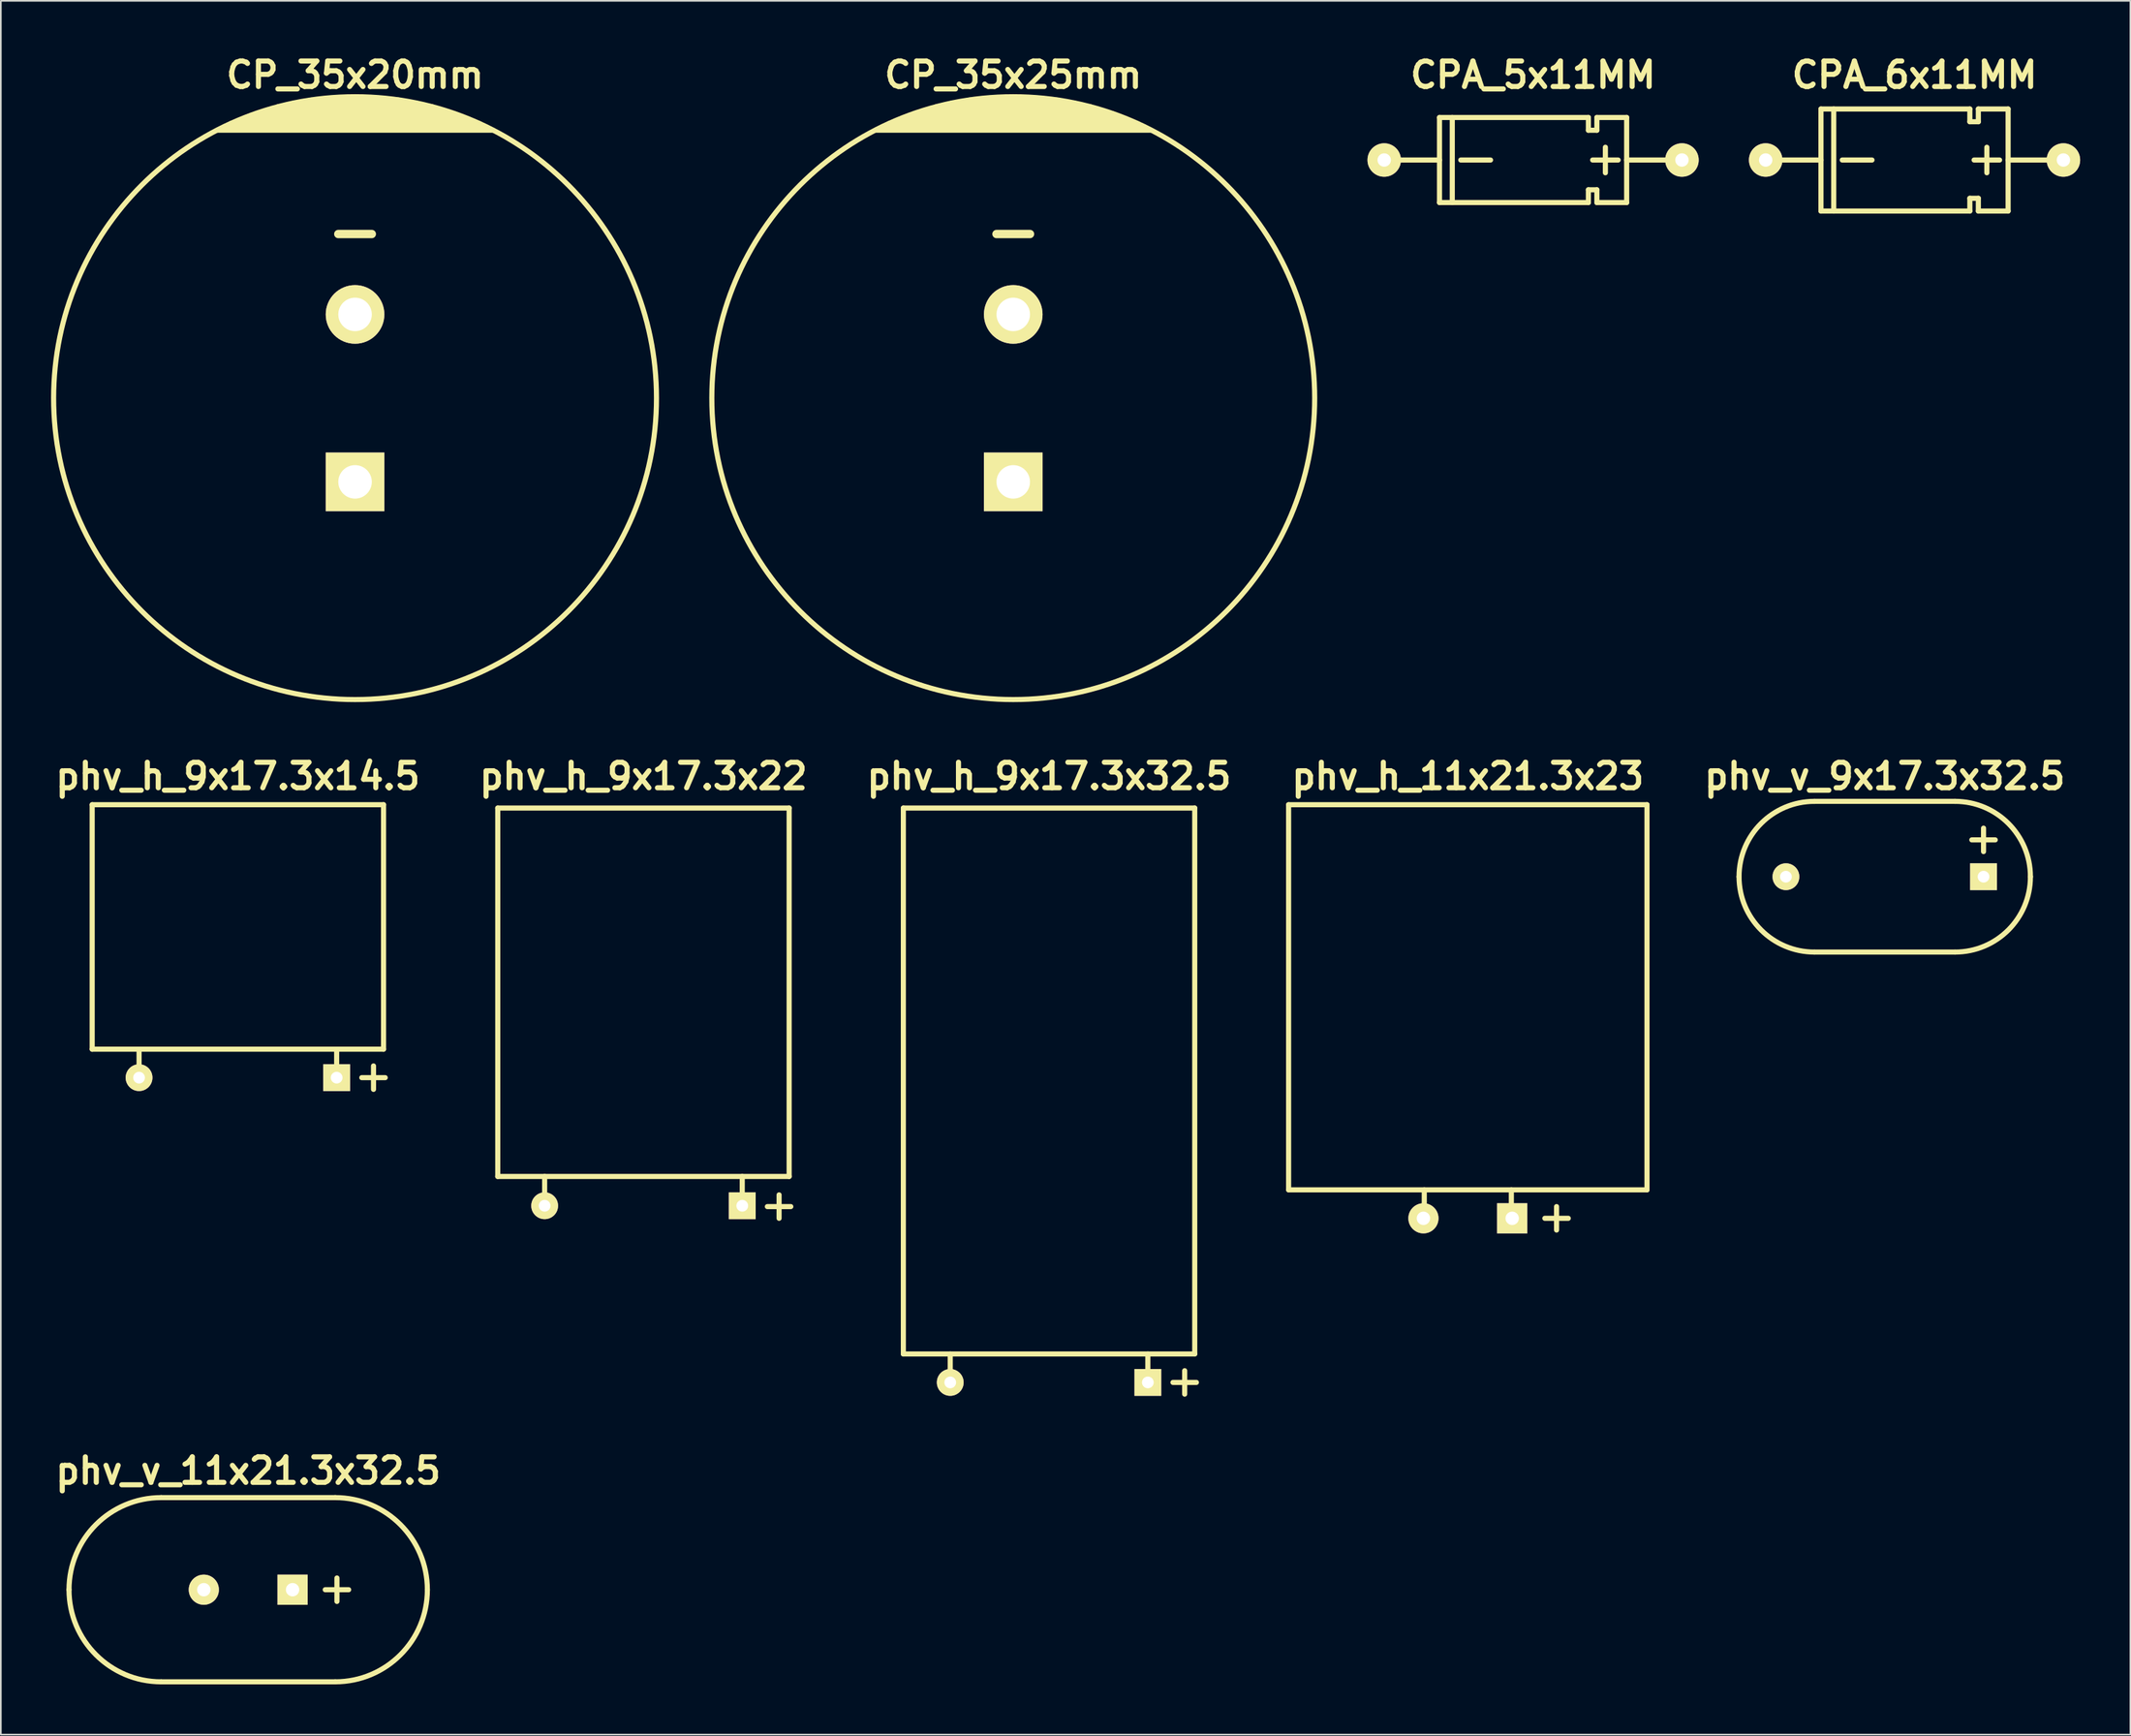
<source format=kicad_pcb>
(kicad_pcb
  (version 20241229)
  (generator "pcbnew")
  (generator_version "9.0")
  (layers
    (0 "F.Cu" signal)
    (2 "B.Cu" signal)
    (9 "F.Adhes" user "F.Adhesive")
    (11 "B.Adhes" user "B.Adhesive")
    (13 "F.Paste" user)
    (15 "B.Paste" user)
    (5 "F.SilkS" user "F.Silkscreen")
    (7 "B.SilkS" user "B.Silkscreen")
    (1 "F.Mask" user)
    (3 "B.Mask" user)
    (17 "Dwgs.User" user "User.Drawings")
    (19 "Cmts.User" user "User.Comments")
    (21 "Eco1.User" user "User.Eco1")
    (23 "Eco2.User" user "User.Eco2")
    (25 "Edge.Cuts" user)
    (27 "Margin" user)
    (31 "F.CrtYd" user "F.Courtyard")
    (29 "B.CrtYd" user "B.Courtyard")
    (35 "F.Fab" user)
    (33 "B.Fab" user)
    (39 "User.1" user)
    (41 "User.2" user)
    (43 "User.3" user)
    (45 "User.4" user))
  (footprint "phv_h_9x17.3x32.5"
    (layer "F.Cu")
    (at 59.594 62.505)
    (property "Reference" "phv_h_9x17.3x32.5" (at 0 -19.2 0) (layer "F.SilkS") (effects (font (size 1.524 1.524) (thickness 0.305))))
    (attr through_hole)
    (fp_line (start -8.7 -17.3) (end -8.7 15.3) (stroke (width 0.305) (type solid)) (layer "F.SilkS"))
    (fp_line (start -8.7 -17.3) (end 8.7 -17.3) (stroke (width 0.305) (type solid)) (layer "F.SilkS"))
    (fp_line (start -8.7 15.3) (end 8.7 15.3) (stroke (width 0.305) (type solid)) (layer "F.SilkS"))
    (fp_line (start -5.9 17) (end -5.9 15.3) (stroke (width 0.305) (type solid)) (layer "F.SilkS"))
    (fp_line (start 5.9 17) (end 5.9 15.3) (stroke (width 0.305) (type solid)) (layer "F.SilkS"))
    (fp_line (start 7.4 17) (end 8.8 17) (stroke (width 0.305) (type solid)) (layer "F.SilkS"))
    (fp_line (start 8.1 17.7) (end 8.1 16.3) (stroke (width 0.305) (type solid)) (layer "F.SilkS"))
    (fp_line (start 8.7 -17.3) (end 8.7 15.3) (stroke (width 0.305) (type solid)) (layer "F.SilkS"))
    (pad "1" thru_hole rect (at 5.9 17) (size 1.6 1.6) (drill 0.7) (layers "*.Cu" "*.Mask" "F.SilkS"))
    (pad "2" thru_hole circle (at -5.9 17) (size 1.6 1.6) (drill 0.7) (layers "*.Cu" "*.Mask" "F.SilkS")))
  (footprint "CP_35x25mm"
    (layer "F.Cu")
    (at 57.457 20.726)
    (property "Reference" "CP_35x25mm" (at 0 -19.3 0) (layer "F.SilkS") (effects (font (size 1.524 1.524) (thickness 0.305))))
    (attr through_hole)
    (fp_line (start -8.2 -16) (end 8.2 -16) (stroke (width 0.305) (type solid)) (layer "F.SilkS"))
    (fp_line (start -7.8 -16.2) (end 7.8 -16.2) (stroke (width 0.305) (type solid)) (layer "F.SilkS"))
    (fp_line (start -7.4 -16.4) (end 7.4 -16.4) (stroke (width 0.305) (type solid)) (layer "F.SilkS"))
    (fp_line (start -6.9 -16.6) (end 6.9 -16.6) (stroke (width 0.305) (type solid)) (layer "F.SilkS"))
    (fp_line (start -6.4 -16.8) (end 6.4 -16.8) (stroke (width 0.305) (type solid)) (layer "F.SilkS"))
    (fp_line (start -5.9 -17) (end 5.9 -17) (stroke (width 0.305) (type solid)) (layer "F.SilkS"))
    (fp_line (start -5.2 -17.2) (end 5.2 -17.2) (stroke (width 0.305) (type solid)) (layer "F.SilkS"))
    (fp_line (start -4.6 -17.4) (end 4.6 -17.4) (stroke (width 0.305) (type solid)) (layer "F.SilkS"))
    (fp_line (start -3.7 -17.6) (end 3.7 -17.6) (stroke (width 0.305) (type solid)) (layer "F.SilkS"))
    (fp_line (start -2.6 -17.8) (end 2.6 -17.8) (stroke (width 0.305) (type solid)) (layer "F.SilkS"))
    (fp_line (start -1 -9.8) (end 1 -9.8) (stroke (width 0.5) (type solid)) (layer "F.SilkS"))
    (fp_circle (center 0 0) (end -18 0) (stroke (width 0.305) (type solid)) (fill no) (layer "F.SilkS"))
    (pad "1" thru_hole rect (at 0 5) (size 3.5 3.5) (drill 2) (layers "*.Cu" "*.Mask" "F.SilkS"))
    (pad "2" thru_hole circle (at 0 -5) (size 3.5 3.5) (drill 2) (layers "*.Cu" "*.Mask" "F.SilkS")))
  (footprint "CP_35x20mm"
    (layer "F.Cu")
    (at 18.152 20.726)
    (property "Reference" "CP_35x20mm" (at 0 -19.3 0) (layer "F.SilkS") (effects (font (size 1.524 1.524) (thickness 0.305))))
    (attr through_hole)
    (fp_line (start -8.2 -16) (end 8.2 -16) (stroke (width 0.305) (type solid)) (layer "F.SilkS"))
    (fp_line (start -7.8 -16.2) (end 7.8 -16.2) (stroke (width 0.305) (type solid)) (layer "F.SilkS"))
    (fp_line (start -7.4 -16.4) (end 7.4 -16.4) (stroke (width 0.305) (type solid)) (layer "F.SilkS"))
    (fp_line (start -6.9 -16.6) (end 6.9 -16.6) (stroke (width 0.305) (type solid)) (layer "F.SilkS"))
    (fp_line (start -6.4 -16.8) (end 6.4 -16.8) (stroke (width 0.305) (type solid)) (layer "F.SilkS"))
    (fp_line (start -5.9 -17) (end 5.9 -17) (stroke (width 0.305) (type solid)) (layer "F.SilkS"))
    (fp_line (start -5.2 -17.2) (end 5.2 -17.2) (stroke (width 0.305) (type solid)) (layer "F.SilkS"))
    (fp_line (start -4.6 -17.4) (end 4.6 -17.4) (stroke (width 0.305) (type solid)) (layer "F.SilkS"))
    (fp_line (start -3.7 -17.6) (end 3.7 -17.6) (stroke (width 0.305) (type solid)) (layer "F.SilkS"))
    (fp_line (start -2.6 -17.8) (end 2.6 -17.8) (stroke (width 0.305) (type solid)) (layer "F.SilkS"))
    (fp_line (start -1 -9.8) (end 1 -9.8) (stroke (width 0.5) (type solid)) (layer "F.SilkS"))
    (fp_circle (center 0 0) (end -18 0) (stroke (width 0.305) (type solid)) (fill no) (layer "F.SilkS"))
    (pad "1" thru_hole rect (at 0 5) (size 3.5 3.5) (drill 2) (layers "*.Cu" "*.Mask" "F.SilkS"))
    (pad "2" thru_hole circle (at 0 -5) (size 3.5 3.5) (drill 2) (layers "*.Cu" "*.Mask" "F.SilkS")))
  (footprint "phv_h_9x17.3x22"
    (layer "F.Cu")
    (at 35.374 57.205)
    (property "Reference" "phv_h_9x17.3x22" (at 0 -13.9 0) (layer "F.SilkS") (effects (font (size 1.524 1.524) (thickness 0.305))))
    (attr through_hole)
    (fp_line (start -8.7 -12) (end -8.7 10) (stroke (width 0.305) (type solid)) (layer "F.SilkS"))
    (fp_line (start -8.7 -12) (end 8.7 -12) (stroke (width 0.305) (type solid)) (layer "F.SilkS"))
    (fp_line (start -8.7 10) (end 8.7 10) (stroke (width 0.305) (type solid)) (layer "F.SilkS"))
    (fp_line (start -5.9 11.7) (end -5.9 10) (stroke (width 0.305) (type solid)) (layer "F.SilkS"))
    (fp_line (start 5.9 11.7) (end 5.9 10) (stroke (width 0.305) (type solid)) (layer "F.SilkS"))
    (fp_line (start 7.4 11.8) (end 8.8 11.8) (stroke (width 0.305) (type solid)) (layer "F.SilkS"))
    (fp_line (start 8.1 12.5) (end 8.1 11.1) (stroke (width 0.305) (type solid)) (layer "F.SilkS"))
    (fp_line (start 8.7 -12) (end 8.7 10) (stroke (width 0.305) (type solid)) (layer "F.SilkS"))
    (pad "1" thru_hole rect (at 5.9 11.75) (size 1.6 1.6) (drill 0.7) (layers "*.Cu" "*.Mask" "F.SilkS"))
    (pad "2" thru_hole circle (at -5.9 11.75) (size 1.6 1.6) (drill 0.7) (layers "*.Cu" "*.Mask" "F.SilkS")))
  (footprint "phv_h_9x17.3x14.5"
    (layer "F.Cu")
    (at 11.154 53.305)
    (property "Reference" "phv_h_9x17.3x14.5" (at 0 -10 0) (layer "F.SilkS") (effects (font (size 1.524 1.524) (thickness 0.305))))
    (attr through_hole)
    (fp_line (start -8.7 -8.3) (end -8.7 6.3) (stroke (width 0.305) (type solid)) (layer "F.SilkS"))
    (fp_line (start -8.7 -8.3) (end 8.7 -8.3) (stroke (width 0.305) (type solid)) (layer "F.SilkS"))
    (fp_line (start -8.7 6.3) (end 8.7 6.3) (stroke (width 0.305) (type solid)) (layer "F.SilkS"))
    (fp_line (start -5.9 8) (end -5.9 6.3) (stroke (width 0.305) (type solid)) (layer "F.SilkS"))
    (fp_line (start 5.9 8) (end 5.9 6.3) (stroke (width 0.305) (type solid)) (layer "F.SilkS"))
    (fp_line (start 7.4 8) (end 8.8 8) (stroke (width 0.305) (type solid)) (layer "F.SilkS"))
    (fp_line (start 8.1 8.7) (end 8.1 7.3) (stroke (width 0.305) (type solid)) (layer "F.SilkS"))
    (fp_line (start 8.7 -8.3) (end 8.7 6.3) (stroke (width 0.305) (type solid)) (layer "F.SilkS"))
    (pad "1" thru_hole rect (at 5.9 8) (size 1.6 1.6) (drill 0.7) (layers "*.Cu" "*.Mask" "F.SilkS"))
    (pad "2" thru_hole circle (at -5.9 8) (size 1.6 1.6) (drill 0.7) (layers "*.Cu" "*.Mask" "F.SilkS")))
  (footprint "phv_v_9x17.3x32.5"
    (layer "F.Cu")
    (at 109.498 49.305)
    (property "Reference" "phv_v_9x17.3x32.5" (at 0 -6 0) (layer "F.SilkS") (effects (font (size 1.524 1.524) (thickness 0.305))))
    (attr through_hole)
    (fp_line (start -4.2 4.5) (end 4.2 4.5) (stroke (width 0.305) (type solid)) (layer "F.SilkS"))
    (fp_line (start 4.2 -4.5) (end -4.2 -4.5) (stroke (width 0.305) (type solid)) (layer "F.SilkS"))
    (fp_line (start 5.2 -2.2) (end 6.6 -2.2) (stroke (width 0.305) (type solid)) (layer "F.SilkS"))
    (fp_line (start 5.9 -1.5) (end 5.9 -2.9) (stroke (width 0.305) (type solid)) (layer "F.SilkS"))
    (fp_arc (start -8.7 0) (mid -7.381981 -3.181981) (end -4.2 -4.5) (stroke (width 0.3048) (type solid)) (layer "F.SilkS"))
    (fp_arc (start -4.2 4.5) (mid -7.381981 3.181981) (end -8.7 0) (stroke (width 0.3048) (type solid)) (layer "F.SilkS"))
    (fp_arc (start 4.2 -4.5) (mid 7.381981 -3.181981) (end 8.7 0) (stroke (width 0.3048) (type solid)) (layer "F.SilkS"))
    (fp_arc (start 8.7 0) (mid 7.381981 3.181981) (end 4.2 4.5) (stroke (width 0.3048) (type solid)) (layer "F.SilkS"))
    (pad "1" thru_hole rect (at 5.9 0) (size 1.6 1.6) (drill 0.7) (layers "*.Cu" "*.Mask" "F.SilkS"))
    (pad "2" thru_hole circle (at -5.9 0) (size 1.6 1.6) (drill 0.7) (layers "*.Cu" "*.Mask" "F.SilkS")))
  (footprint "phv_v_11x21.3x32.5"
    (layer "F.Cu")
    (at 11.771 91.884)
    (property "Reference" "phv_v_11x21.3x32.5" (at 0 -7.1 0) (layer "F.SilkS") (effects (font (size 1.524 1.524) (thickness 0.305))))
    (attr through_hole)
    (fp_line (start -5.2 -5.5) (end 5.2 -5.5) (stroke (width 0.305) (type solid)) (layer "F.SilkS"))
    (fp_line (start 4.6 0) (end 6 0) (stroke (width 0.305) (type solid)) (layer "F.SilkS"))
    (fp_line (start 5.2 5.5) (end -5.2 5.5) (stroke (width 0.305) (type solid)) (layer "F.SilkS"))
    (fp_line (start 5.3 0.7) (end 5.3 -0.7) (stroke (width 0.305) (type solid)) (layer "F.SilkS"))
    (fp_arc (start -10.7 0) (mid -9.089087 -3.889087) (end -5.2 -5.5) (stroke (width 0.3048) (type solid)) (layer "F.SilkS"))
    (fp_arc (start -5.2 5.5) (mid -9.089087 3.889087) (end -10.7 0) (stroke (width 0.3048) (type solid)) (layer "F.SilkS"))
    (fp_arc (start 5.2 -5.5) (mid 9.089087 -3.889087) (end 10.7 0) (stroke (width 0.3048) (type solid)) (layer "F.SilkS"))
    (fp_arc (start 10.7 0) (mid 9.089087 3.889087) (end 5.2 5.5) (stroke (width 0.3048) (type solid)) (layer "F.SilkS"))
    (pad "1" thru_hole rect (at 2.65 0) (size 1.8 1.8) (drill 0.8) (layers "*.Cu" "*.Mask" "F.SilkS"))
    (pad "2" thru_hole circle (at -2.65 0) (size 1.8 1.8) (drill 0.8) (layers "*.Cu" "*.Mask" "F.SilkS")))
  (footprint "CPA_6x11MM"
    (layer "F.Cu")
    (at 111.278 6.506)
    (property "Reference" "CPA_6x11MM" (at 0 -5.08 0) (layer "F.SilkS") (effects (font (size 1.524 1.524) (thickness 0.305))))
    (attr through_hole)
    (fp_line (start -5.588 -3.048) (end -5.588 3.048) (stroke (width 0.305) (type solid)) (layer "F.SilkS"))
    (fp_line (start -5.588 0) (end -8.89 0) (stroke (width 0.305) (type solid)) (layer "F.SilkS"))
    (fp_line (start -4.826 -3.048) (end -4.826 3.048) (stroke (width 0.305) (type solid)) (layer "F.SilkS"))
    (fp_line (start -4.318 0) (end -2.54 0) (stroke (width 0.305) (type solid)) (layer "F.SilkS"))
    (fp_line (start 3.302 -3.048) (end -5.588 -3.048) (stroke (width 0.305) (type solid)) (layer "F.SilkS"))
    (fp_line (start 3.302 -3.048) (end 3.302 -2.286) (stroke (width 0.305) (type solid)) (layer "F.SilkS"))
    (fp_line (start 3.302 -2.286) (end 3.81 -2.286) (stroke (width 0.305) (type solid)) (layer "F.SilkS"))
    (fp_line (start 3.302 2.286) (end 3.302 3.048) (stroke (width 0.305) (type solid)) (layer "F.SilkS"))
    (fp_line (start 3.302 3.048) (end -5.588 3.048) (stroke (width 0.305) (type solid)) (layer "F.SilkS"))
    (fp_line (start 3.81 -3.048) (end 5.588 -3.048) (stroke (width 0.305) (type solid)) (layer "F.SilkS"))
    (fp_line (start 3.81 -2.286) (end 3.81 -3.048) (stroke (width 0.305) (type solid)) (layer "F.SilkS"))
    (fp_line (start 3.81 2.286) (end 3.302 2.286) (stroke (width 0.305) (type solid)) (layer "F.SilkS"))
    (fp_line (start 3.81 3.048) (end 3.81 2.286) (stroke (width 0.305) (type solid)) (layer "F.SilkS"))
    (fp_line (start 4.318 0.762) (end 4.318 -0.762) (stroke (width 0.305) (type solid)) (layer "F.SilkS"))
    (fp_line (start 5.08 0) (end 3.556 0) (stroke (width 0.305) (type solid)) (layer "F.SilkS"))
    (fp_line (start 5.588 -3.048) (end 5.588 3.048) (stroke (width 0.305) (type solid)) (layer "F.SilkS"))
    (fp_line (start 5.588 3.048) (end 3.81 3.048) (stroke (width 0.305) (type solid)) (layer "F.SilkS"))
    (fp_line (start 8.89 0) (end 5.588 0) (stroke (width 0.305) (type solid)) (layer "F.SilkS"))
    (pad "1" thru_hole circle (at 8.89 0) (size 1.999 1.999) (drill 0.8) (layers "*.Cu" "*.Mask" "F.SilkS"))
    (pad "2" thru_hole circle (at -8.89 0) (size 1.999 1.999) (drill 0.8) (layers "*.Cu" "*.Mask" "F.SilkS")))
  (footprint "CPA_5x11MM"
    (layer "F.Cu")
    (at 88.499 6.506)
    (property "Reference" "CPA_5x11MM" (at 0 -5.08 0) (layer "F.SilkS") (effects (font (size 1.524 1.524) (thickness 0.305))))
    (attr through_hole)
    (fp_line (start -5.588 0) (end -8.89 0) (stroke (width 0.305) (type solid)) (layer "F.SilkS"))
    (fp_line (start -5.588 2.54) (end -5.588 -2.54) (stroke (width 0.305) (type solid)) (layer "F.SilkS"))
    (fp_line (start -4.826 -2.54) (end -4.826 2.54) (stroke (width 0.305) (type solid)) (layer "F.SilkS"))
    (fp_line (start -4.318 0) (end -2.54 0) (stroke (width 0.305) (type solid)) (layer "F.SilkS"))
    (fp_line (start 3.302 -2.54) (end -5.588 -2.54) (stroke (width 0.305) (type solid)) (layer "F.SilkS"))
    (fp_line (start 3.302 -2.54) (end 3.302 -1.778) (stroke (width 0.305) (type solid)) (layer "F.SilkS"))
    (fp_line (start 3.302 -1.778) (end 3.81 -1.778) (stroke (width 0.305) (type solid)) (layer "F.SilkS"))
    (fp_line (start 3.302 1.778) (end 3.302 2.54) (stroke (width 0.305) (type solid)) (layer "F.SilkS"))
    (fp_line (start 3.302 2.54) (end -5.588 2.54) (stroke (width 0.305) (type solid)) (layer "F.SilkS"))
    (fp_line (start 3.81 -2.54) (end 5.588 -2.54) (stroke (width 0.305) (type solid)) (layer "F.SilkS"))
    (fp_line (start 3.81 -1.778) (end 3.81 -2.54) (stroke (width 0.305) (type solid)) (layer "F.SilkS"))
    (fp_line (start 3.81 1.778) (end 3.302 1.778) (stroke (width 0.305) (type solid)) (layer "F.SilkS"))
    (fp_line (start 3.81 2.54) (end 3.81 1.778) (stroke (width 0.305) (type solid)) (layer "F.SilkS"))
    (fp_line (start 4.318 0.762) (end 4.318 -0.762) (stroke (width 0.305) (type solid)) (layer "F.SilkS"))
    (fp_line (start 5.08 0) (end 3.556 0) (stroke (width 0.305) (type solid)) (layer "F.SilkS"))
    (fp_line (start 5.588 -2.54) (end 5.588 2.54) (stroke (width 0.305) (type solid)) (layer "F.SilkS"))
    (fp_line (start 5.588 2.54) (end 3.81 2.54) (stroke (width 0.305) (type solid)) (layer "F.SilkS"))
    (fp_line (start 8.89 0) (end 5.588 0) (stroke (width 0.305) (type solid)) (layer "F.SilkS"))
    (pad "1" thru_hole circle (at 8.89 0) (size 1.999 1.999) (drill 0.8) (layers "*.Cu" "*.Mask" "F.SilkS"))
    (pad "2" thru_hole circle (at -8.89 0) (size 1.999 1.999) (drill 0.8) (layers "*.Cu" "*.Mask" "F.SilkS")))
  (footprint "phv_h_11x21.3x23"
    (layer "F.Cu")
    (at 84.601 57.505)
    (property "Reference" "phv_h_11x21.3x23" (at 0 -14.2 0) (layer "F.SilkS") (effects (font (size 1.524 1.524) (thickness 0.305))))
    (attr through_hole)
    (fp_line (start -10.7 -12.5) (end 10.7 -12.5) (stroke (width 0.305) (type solid)) (layer "F.SilkS"))
    (fp_line (start -10.7 10.5) (end -10.7 -12.5) (stroke (width 0.305) (type solid)) (layer "F.SilkS"))
    (fp_line (start -10.7 10.5) (end 10.7 10.5) (stroke (width 0.305) (type solid)) (layer "F.SilkS"))
    (fp_line (start -2.6 12.2) (end -2.6 10.5) (stroke (width 0.305) (type solid)) (layer "F.SilkS"))
    (fp_line (start 2.6 12.2) (end 2.6 10.5) (stroke (width 0.305) (type solid)) (layer "F.SilkS"))
    (fp_line (start 4.6 12.2) (end 6 12.2) (stroke (width 0.305) (type solid)) (layer "F.SilkS"))
    (fp_line (start 5.3 12.9) (end 5.3 11.5) (stroke (width 0.305) (type solid)) (layer "F.SilkS"))
    (fp_line (start 10.7 10.5) (end 10.7 -12.5) (stroke (width 0.305) (type solid)) (layer "F.SilkS"))
    (pad "1" thru_hole rect (at 2.65 12.2) (size 1.8 1.8) (drill 0.8) (layers "*.Cu" "*.Mask" "F.SilkS"))
    (pad "2" thru_hole circle (at -2.65 12.2) (size 1.8 1.8) (drill 0.8) (layers "*.Cu" "*.Mask" "F.SilkS")))
  (gr_rect
    (start -3 -3)
    (end 124.168 100.537)
    (stroke (width 0.1) (type default))
    (fill no)
    (layer "Edge.Cuts")))
</source>
